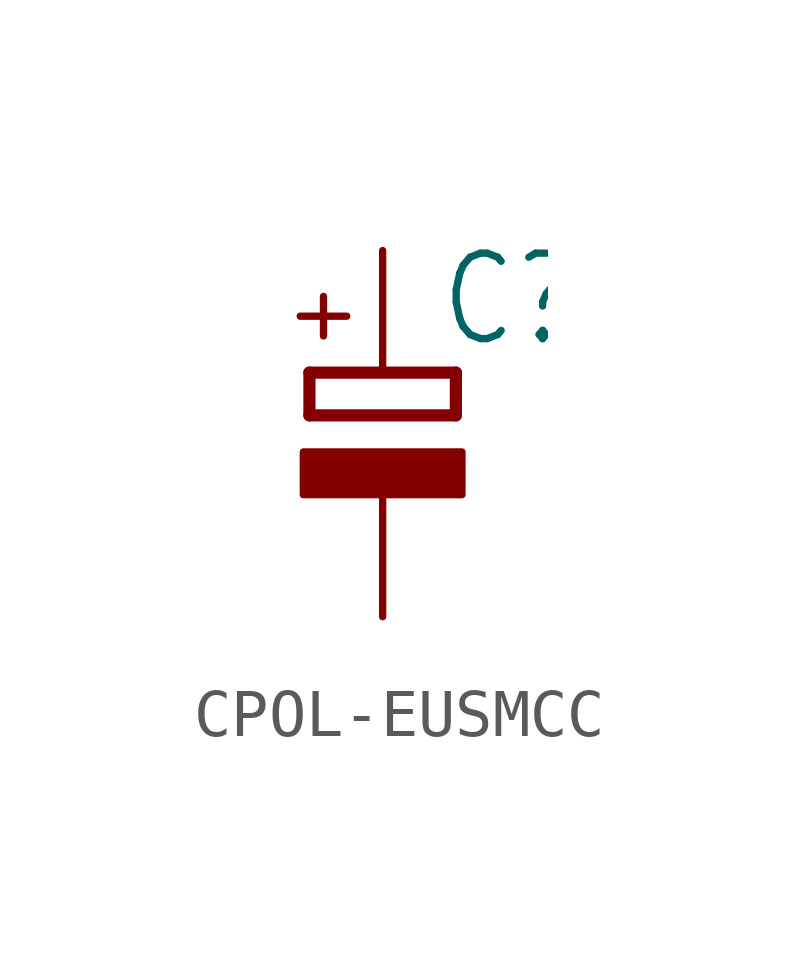
<source format=kicad_sym>
(kicad_symbol_lib
  (version 20231120)
  (generator "kicad_symbol_editor")
  (generator_version "8.0")
  (symbol "CPOL-EUSMCC"
    (property "Reference" "C"
      (at 1.143 0.483 0)
      (effects (font (size 1.778 1.511)) (justify left bottom)))
    (property "Value" ""
      (at 1.143 -4.597 0)
      (effects (font (size 1.778 1.511)) (justify left bottom)))
    (property "ki_locked" ""
      (at 0 0 0)
      (effects (font (size 1.27 1.27))))
    (symbol "CPOL-EUSMCC_1_0"
      (rectangle (start -1.651 -2.54) (end 1.651 -1.651) (stroke (width 0) (type default)) (fill (type outline)))
      (polyline (pts (xy -1.524 -0.889) (xy 1.524 -0.889)) (stroke (width 0.254) (type solid)) (fill (type none)))
      (polyline (pts (xy -1.524 0) (xy -1.524 -0.889)) (stroke (width 0.254) (type solid)) (fill (type none)))
      (polyline (pts (xy -1.524 0) (xy 1.524 0)) (stroke (width 0.254) (type solid)) (fill (type none)))
      (polyline (pts (xy 1.524 -0.889) (xy 1.524 0)) (stroke (width 0.254) (type solid)) (fill (type none)))
      (text "+" (at -0.584 0.406 900) (effects (font (size 1.27 1.079)) (justify left bottom)))
      (pin passive line (at 0 2.54 270) (length 2.54) (name "+" (effects (font (size 0 0)))) (number "+" (effects (font (size 0 0)))))
      (pin passive line (at 0 -5.08 90) (length 2.54) (name "-" (effects (font (size 0 0)))) (number "-" (effects (font (size 0 0))))))))
</source>
